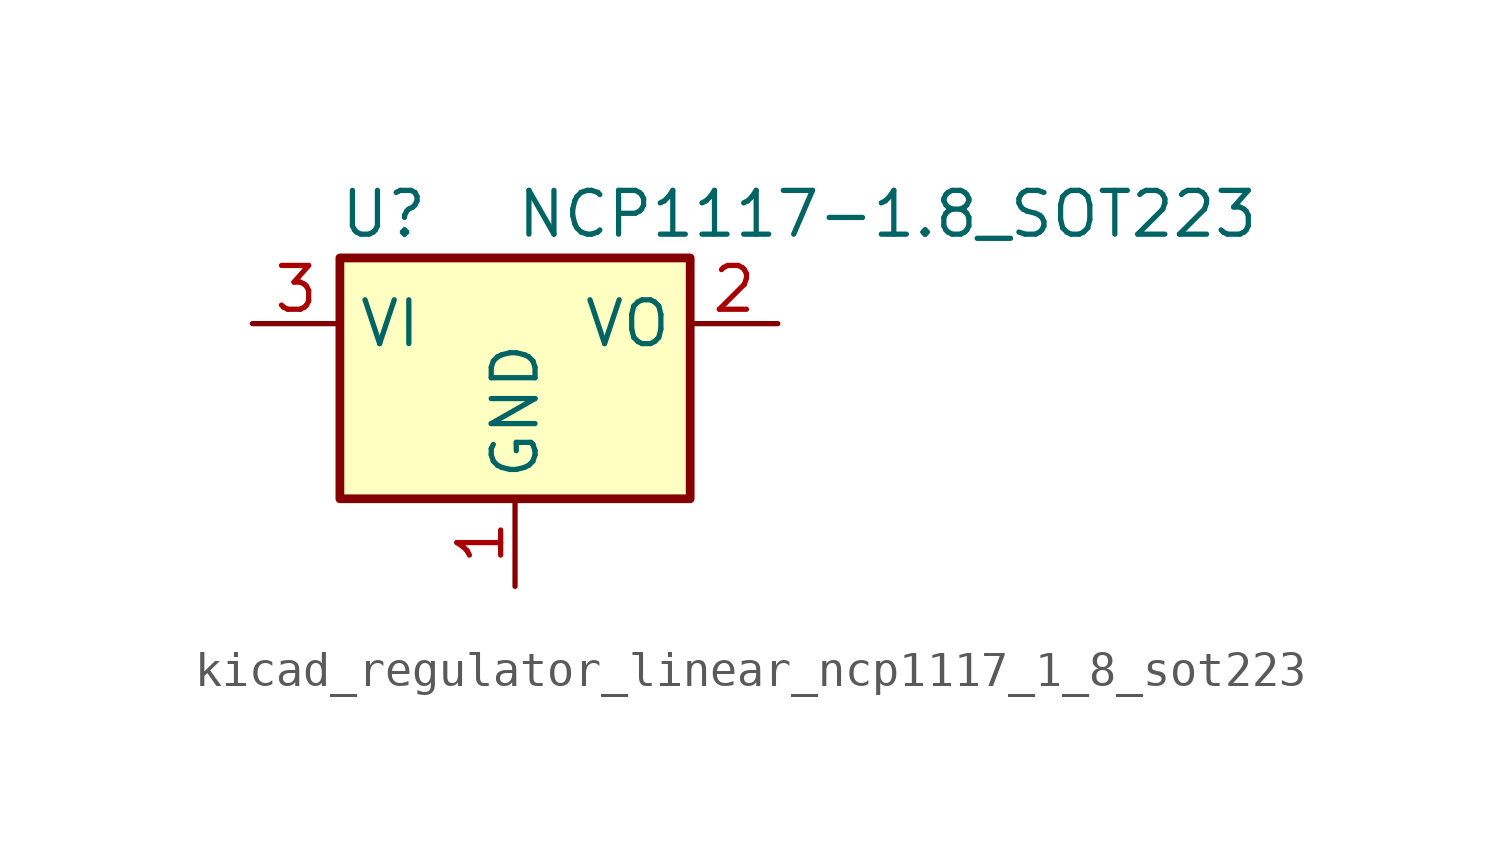
<source format=kicad_sym>
(kicad_symbol_lib
  (version 20220914)
  (generator kicad_symbol_editor)
  (symbol "kicad_regulator_linear_ncp1117_1_8_sot223"
    (property "Reference" "U"
      (at -3.81 3.175 0)
      (effects (font (size 1.27 1.27))))
    (property "Value" "NCP1117-1.8_SOT223"
      (at 0 3.175 0)
      (effects (font (size 1.27 1.27)) (justify left)))
    (symbol "kicad_regulator_linear_ncp1117_1_8_sot223_0_1"
      (rectangle (start -5.08 -5.08) (end 5.08 1.905) (stroke (width 0.254) (type default)) (fill (type background))))
    (symbol "kicad_regulator_linear_ncp1117_1_8_sot223_1_1"
      (pin power_in line (at 0 -7.62 90) (length 2.54) (name "GND" (effects (font (size 1.27 1.27)))) (number "1" (effects (font (size 1.27 1.27)))))
      (pin power_out line (at 7.62 0 180) (length 2.54) (name "VO" (effects (font (size 1.27 1.27)))) (number "2" (effects (font (size 1.27 1.27)))))
      (pin power_in line (at -7.62 0 0) (length 2.54) (name "VI" (effects (font (size 1.27 1.27)))) (number "3" (effects (font (size 1.27 1.27))))))))
</source>
